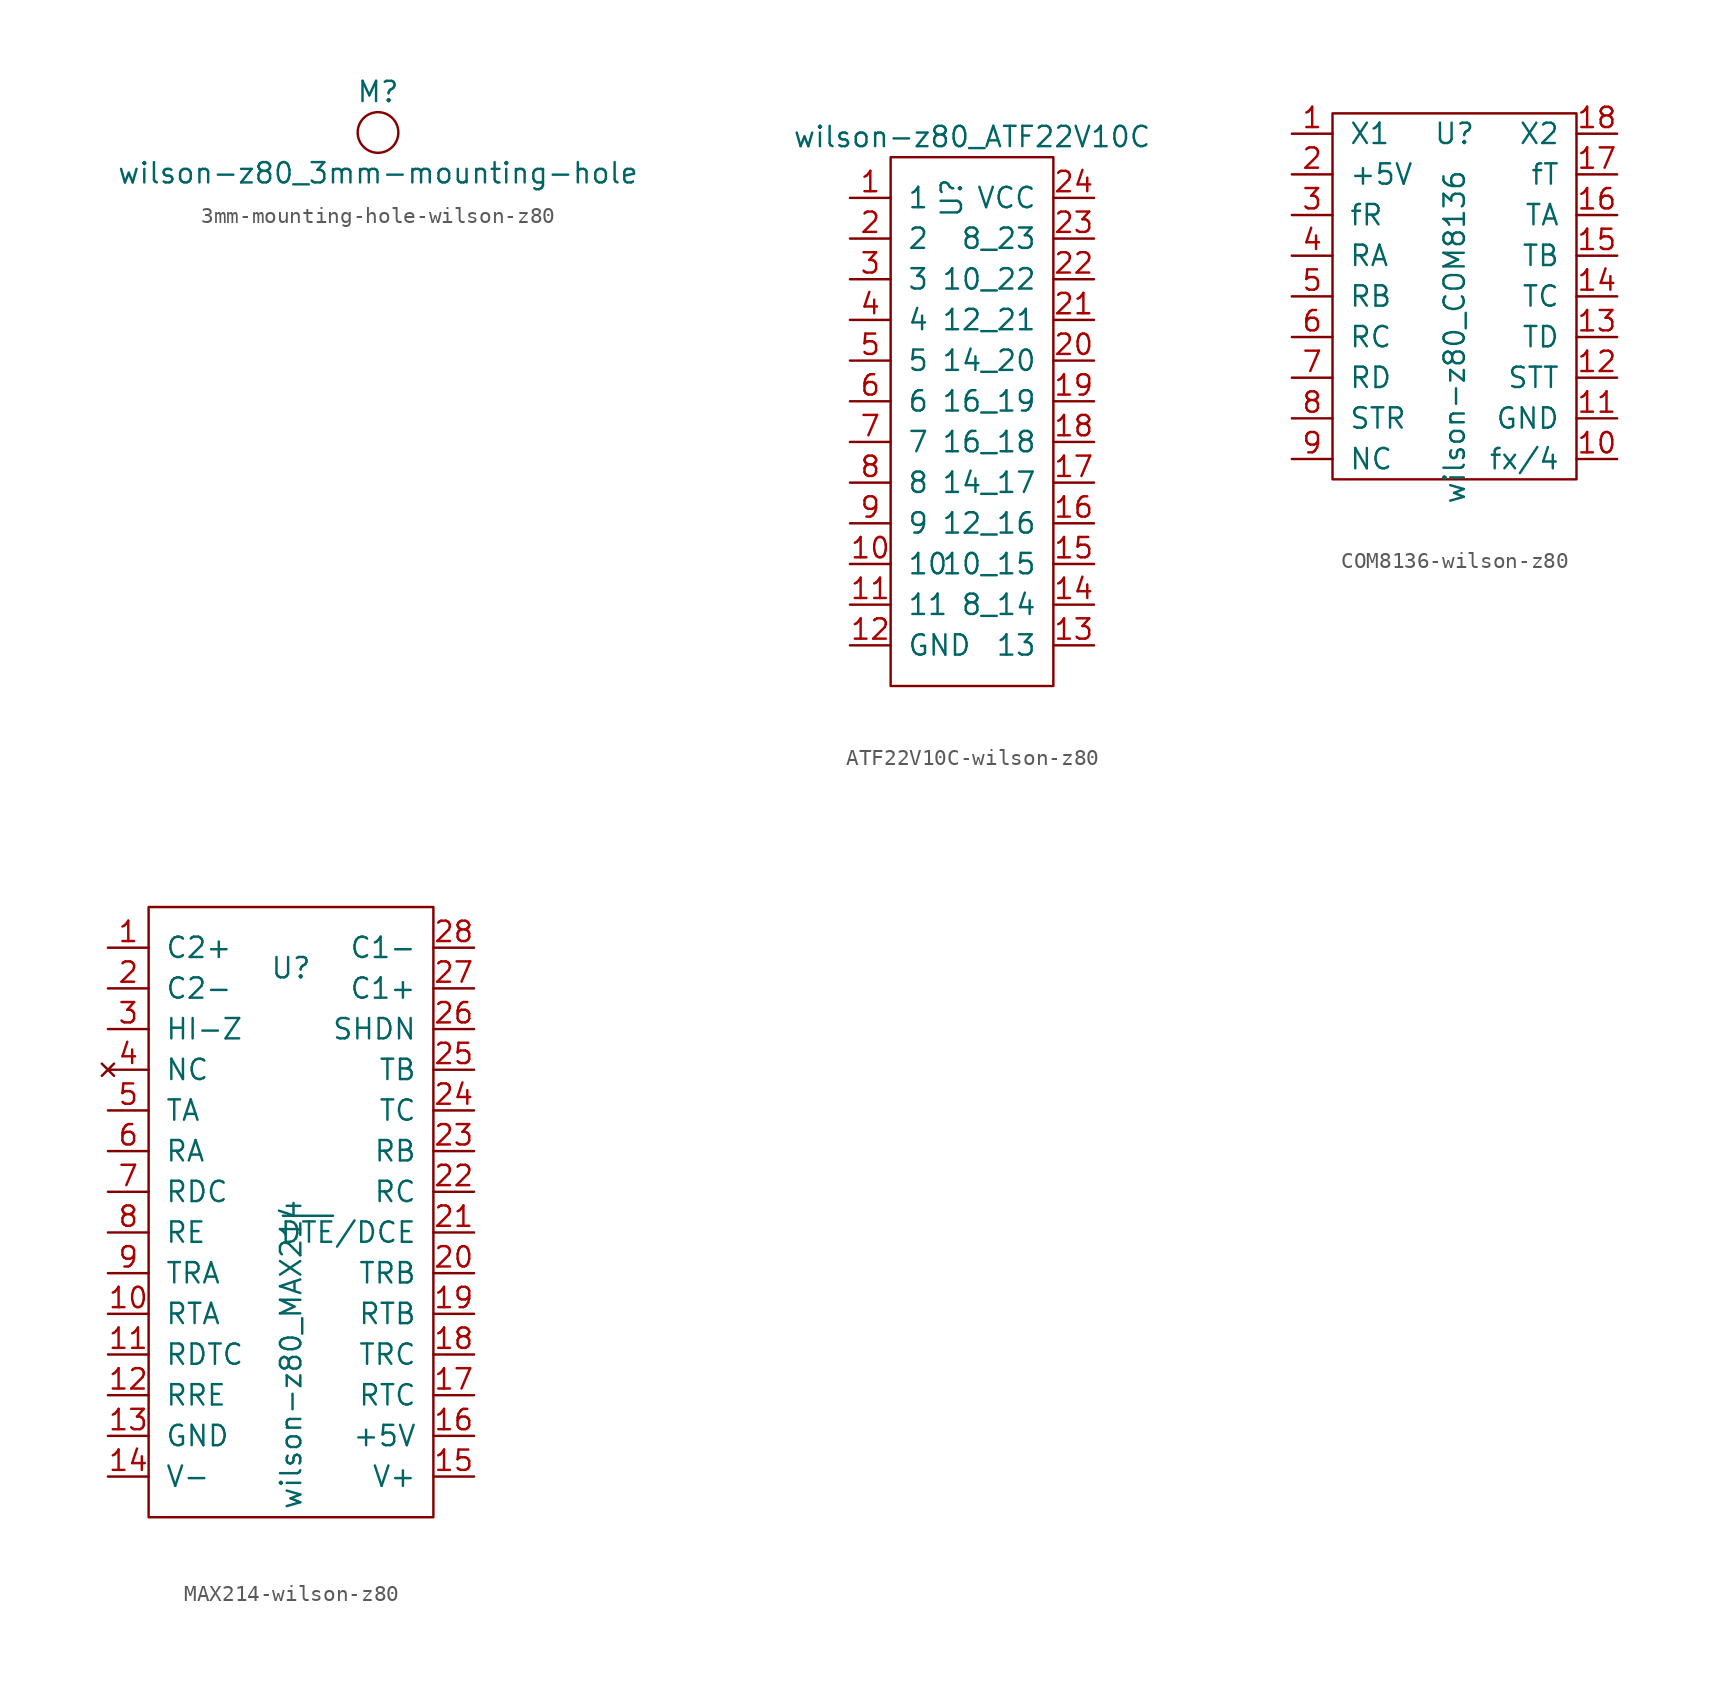
<source format=kicad_sym>
(kicad_symbol_lib
  (version 20220914)
  (generator kicad_symbol_editor)
  (symbol "3mm-mounting-hole-wilson-z80"
    (pin_names
      (offset 1.016))
    (property "Reference" "M"
      (at 0 2.54 0)
      (effects (font (size 1.27 1.27))))
    (property "Value" "wilson-z80_3mm-mounting-hole"
      (at 0 -2.54 0)
      (effects (font (size 1.27 1.27))))
    (symbol "3mm-mounting-hole-wilson-z80_0_1"
      (circle (center 0 0) (radius 1.27) (stroke (width 0) (type solid)) (fill (type none)))))
  (symbol "ATF22V10C-wilson-z80"
    (pin_names
      (offset 1.016))
    (property "Reference" "U"
      (at -1.27 7.62 90)
      (effects (font (size 1.27 1.27))))
    (property "Value" "wilson-z80_ATF22V10C"
      (at 0 11.43 0)
      (effects (font (size 1.27 1.27))))
    (symbol "ATF22V10C-wilson-z80_0_1"
      (rectangle (start -5.08 10.16) (end 5.08 -22.86) (stroke (width 0) (type solid)) (fill (type none))))
    (symbol "ATF22V10C-wilson-z80_1_1"
      (pin input line (at -7.62 7.62 0) (length 2.54) (name "1" (effects (font (size 1.27 1.27)))) (number "1" (effects (font (size 1.27 1.27)))))
      (pin input line (at -7.62 -15.24 0) (length 2.54) (name "10" (effects (font (size 1.27 1.27)))) (number "10" (effects (font (size 1.27 1.27)))))
      (pin input line (at -7.62 -17.78 0) (length 2.54) (name "11" (effects (font (size 1.27 1.27)))) (number "11" (effects (font (size 1.27 1.27)))))
      (pin power_in line (at -7.62 -20.32 0) (length 2.54) (name "GND" (effects (font (size 1.27 1.27)))) (number "12" (effects (font (size 1.27 1.27)))))
      (pin input line (at 7.62 -20.32 180) (length 2.54) (name "13" (effects (font (size 1.27 1.27)))) (number "13" (effects (font (size 1.27 1.27)))))
      (pin bidirectional line (at 7.62 -17.78 180) (length 2.54) (name "8_14" (effects (font (size 1.27 1.27)))) (number "14" (effects (font (size 1.27 1.27)))))
      (pin bidirectional line (at 7.62 -15.24 180) (length 2.54) (name "10_15" (effects (font (size 1.27 1.27)))) (number "15" (effects (font (size 1.27 1.27)))))
      (pin bidirectional line (at 7.62 -12.7 180) (length 2.54) (name "12_16" (effects (font (size 1.27 1.27)))) (number "16" (effects (font (size 1.27 1.27)))))
      (pin bidirectional line (at 7.62 -10.16 180) (length 2.54) (name "14_17" (effects (font (size 1.27 1.27)))) (number "17" (effects (font (size 1.27 1.27)))))
      (pin bidirectional line (at 7.62 -7.62 180) (length 2.54) (name "16_18" (effects (font (size 1.27 1.27)))) (number "18" (effects (font (size 1.27 1.27)))))
      (pin bidirectional line (at 7.62 -5.08 180) (length 2.54) (name "16_19" (effects (font (size 1.27 1.27)))) (number "19" (effects (font (size 1.27 1.27)))))
      (pin input line (at -7.62 5.08 0) (length 2.54) (name "2" (effects (font (size 1.27 1.27)))) (number "2" (effects (font (size 1.27 1.27)))))
      (pin bidirectional line (at 7.62 -2.54 180) (length 2.54) (name "14_20" (effects (font (size 1.27 1.27)))) (number "20" (effects (font (size 1.27 1.27)))))
      (pin bidirectional line (at 7.62 0 180) (length 2.54) (name "12_21" (effects (font (size 1.27 1.27)))) (number "21" (effects (font (size 1.27 1.27)))))
      (pin bidirectional line (at 7.62 2.54 180) (length 2.54) (name "10_22" (effects (font (size 1.27 1.27)))) (number "22" (effects (font (size 1.27 1.27)))))
      (pin bidirectional line (at 7.62 5.08 180) (length 2.54) (name "8_23" (effects (font (size 1.27 1.27)))) (number "23" (effects (font (size 1.27 1.27)))))
      (pin power_in line (at 7.62 7.62 180) (length 2.54) (name "VCC" (effects (font (size 1.27 1.27)))) (number "24" (effects (font (size 1.27 1.27)))))
      (pin input line (at -7.62 2.54 0) (length 2.54) (name "3" (effects (font (size 1.27 1.27)))) (number "3" (effects (font (size 1.27 1.27)))))
      (pin input line (at -7.62 0 0) (length 2.54) (name "4" (effects (font (size 1.27 1.27)))) (number "4" (effects (font (size 1.27 1.27)))))
      (pin input line (at -7.62 -2.54 0) (length 2.54) (name "5" (effects (font (size 1.27 1.27)))) (number "5" (effects (font (size 1.27 1.27)))))
      (pin input line (at -7.62 -5.08 0) (length 2.54) (name "6" (effects (font (size 1.27 1.27)))) (number "6" (effects (font (size 1.27 1.27)))))
      (pin input line (at -7.62 -7.62 0) (length 2.54) (name "7" (effects (font (size 1.27 1.27)))) (number "7" (effects (font (size 1.27 1.27)))))
      (pin input line (at -7.62 -10.16 0) (length 2.54) (name "8" (effects (font (size 1.27 1.27)))) (number "8" (effects (font (size 1.27 1.27)))))
      (pin input line (at -7.62 -12.7 0) (length 2.54) (name "9" (effects (font (size 1.27 1.27)))) (number "9" (effects (font (size 1.27 1.27)))))))
  (symbol "COM8136-wilson-z80"
    (pin_names
      (offset 1.016))
    (property "Reference" "U"
      (at 0 10.16 0)
      (effects (font (size 1.27 1.27))))
    (property "Value" "wilson-z80_COM8136"
      (at 0 -2.54 90)
      (effects (font (size 1.27 1.27))))
    (symbol "COM8136-wilson-z80_0_1"
      (rectangle (start -7.62 11.43) (end 7.62 -11.43) (stroke (width 0) (type solid)) (fill (type none))))
    (symbol "COM8136-wilson-z80_1_1"
      (pin input line (at -10.16 10.16 0) (length 2.54) (name "X1" (effects (font (size 1.27 1.27)))) (number "1" (effects (font (size 1.27 1.27)))))
      (pin output line (at 10.16 -10.16 180) (length 2.54) (name "fx/4" (effects (font (size 1.27 1.27)))) (number "10" (effects (font (size 1.27 1.27)))))
      (pin power_in line (at 10.16 -7.62 180) (length 2.54) (name "GND" (effects (font (size 1.27 1.27)))) (number "11" (effects (font (size 1.27 1.27)))))
      (pin input line (at 10.16 -5.08 180) (length 2.54) (name "STT" (effects (font (size 1.27 1.27)))) (number "12" (effects (font (size 1.27 1.27)))))
      (pin input line (at 10.16 -2.54 180) (length 2.54) (name "TD" (effects (font (size 1.27 1.27)))) (number "13" (effects (font (size 1.27 1.27)))))
      (pin input line (at 10.16 0 180) (length 2.54) (name "TC" (effects (font (size 1.27 1.27)))) (number "14" (effects (font (size 1.27 1.27)))))
      (pin input line (at 10.16 2.54 180) (length 2.54) (name "TB" (effects (font (size 1.27 1.27)))) (number "15" (effects (font (size 1.27 1.27)))))
      (pin input line (at 10.16 5.08 180) (length 2.54) (name "TA" (effects (font (size 1.27 1.27)))) (number "16" (effects (font (size 1.27 1.27)))))
      (pin output line (at 10.16 7.62 180) (length 2.54) (name "fT" (effects (font (size 1.27 1.27)))) (number "17" (effects (font (size 1.27 1.27)))))
      (pin input line (at 10.16 10.16 180) (length 2.54) (name "X2" (effects (font (size 1.27 1.27)))) (number "18" (effects (font (size 1.27 1.27)))))
      (pin power_in line (at -10.16 7.62 0) (length 2.54) (name "+5V" (effects (font (size 1.27 1.27)))) (number "2" (effects (font (size 1.27 1.27)))))
      (pin output line (at -10.16 5.08 0) (length 2.54) (name "fR" (effects (font (size 1.27 1.27)))) (number "3" (effects (font (size 1.27 1.27)))))
      (pin input line (at -10.16 2.54 0) (length 2.54) (name "RA" (effects (font (size 1.27 1.27)))) (number "4" (effects (font (size 1.27 1.27)))))
      (pin input line (at -10.16 0 0) (length 2.54) (name "RB" (effects (font (size 1.27 1.27)))) (number "5" (effects (font (size 1.27 1.27)))))
      (pin input line (at -10.16 -2.54 0) (length 2.54) (name "RC" (effects (font (size 1.27 1.27)))) (number "6" (effects (font (size 1.27 1.27)))))
      (pin input line (at -10.16 -5.08 0) (length 2.54) (name "RD" (effects (font (size 1.27 1.27)))) (number "7" (effects (font (size 1.27 1.27)))))
      (pin input line (at -10.16 -7.62 0) (length 2.54) (name "STR" (effects (font (size 1.27 1.27)))) (number "8" (effects (font (size 1.27 1.27)))))
      (pin input line (at -10.16 -10.16 0) (length 2.54) (name "NC" (effects (font (size 1.27 1.27)))) (number "9" (effects (font (size 1.27 1.27)))))))
  (symbol "MAX214-wilson-z80"
    (pin_names
      (offset 1.016))
    (property "Reference" "U"
      (at 0 15.24 0)
      (effects (font (size 1.27 1.27))))
    (property "Value" "wilson-z80_MAX214"
      (at 0 -8.89 90)
      (effects (font (size 1.27 1.27))))
    (symbol "MAX214-wilson-z80_0_1"
      (rectangle (start -8.89 19.05) (end 8.89 -19.05) (stroke (width 0) (type solid)) (fill (type none))))
    (symbol "MAX214-wilson-z80_1_1"
      (pin passive line (at -11.43 16.51 0) (length 2.54) (name "C2+" (effects (font (size 1.27 1.27)))) (number "1" (effects (font (size 1.27 1.27)))))
      (pin input line (at -11.43 -6.35 0) (length 2.54) (name "RTA" (effects (font (size 1.27 1.27)))) (number "10" (effects (font (size 1.27 1.27)))))
      (pin input line (at -11.43 -8.89 0) (length 2.54) (name "RDTC" (effects (font (size 1.27 1.27)))) (number "11" (effects (font (size 1.27 1.27)))))
      (pin input line (at -11.43 -11.43 0) (length 2.54) (name "RRE" (effects (font (size 1.27 1.27)))) (number "12" (effects (font (size 1.27 1.27)))))
      (pin power_in line (at -11.43 -13.97 0) (length 2.54) (name "GND" (effects (font (size 1.27 1.27)))) (number "13" (effects (font (size 1.27 1.27)))))
      (pin passive line (at -11.43 -16.51 0) (length 2.54) (name "V-" (effects (font (size 1.27 1.27)))) (number "14" (effects (font (size 1.27 1.27)))))
      (pin passive line (at 11.43 -16.51 180) (length 2.54) (name "V+" (effects (font (size 1.27 1.27)))) (number "15" (effects (font (size 1.27 1.27)))))
      (pin passive line (at 11.43 -13.97 180) (length 2.54) (name "+5V" (effects (font (size 1.27 1.27)))) (number "16" (effects (font (size 1.27 1.27)))))
      (pin input line (at 11.43 -11.43 180) (length 2.54) (name "RTC" (effects (font (size 1.27 1.27)))) (number "17" (effects (font (size 1.27 1.27)))))
      (pin output line (at 11.43 -8.89 180) (length 2.54) (name "TRC" (effects (font (size 1.27 1.27)))) (number "18" (effects (font (size 1.27 1.27)))))
      (pin input line (at 11.43 -6.35 180) (length 2.54) (name "RTB" (effects (font (size 1.27 1.27)))) (number "19" (effects (font (size 1.27 1.27)))))
      (pin passive line (at -11.43 13.97 0) (length 2.54) (name "C2-" (effects (font (size 1.27 1.27)))) (number "2" (effects (font (size 1.27 1.27)))))
      (pin output line (at 11.43 -3.81 180) (length 2.54) (name "TRB" (effects (font (size 1.27 1.27)))) (number "20" (effects (font (size 1.27 1.27)))))
      (pin input line (at 11.43 -1.27 180) (length 2.54) (name "~{DTE}/DCE" (effects (font (size 1.27 1.27)))) (number "21" (effects (font (size 1.27 1.27)))))
      (pin output line (at 11.43 1.27 180) (length 2.54) (name "RC" (effects (font (size 1.27 1.27)))) (number "22" (effects (font (size 1.27 1.27)))))
      (pin output line (at 11.43 3.81 180) (length 2.54) (name "RB" (effects (font (size 1.27 1.27)))) (number "23" (effects (font (size 1.27 1.27)))))
      (pin input line (at 11.43 6.35 180) (length 2.54) (name "TC" (effects (font (size 1.27 1.27)))) (number "24" (effects (font (size 1.27 1.27)))))
      (pin input line (at 11.43 8.89 180) (length 2.54) (name "TB" (effects (font (size 1.27 1.27)))) (number "25" (effects (font (size 1.27 1.27)))))
      (pin input line (at 11.43 11.43 180) (length 2.54) (name "SHDN" (effects (font (size 1.27 1.27)))) (number "26" (effects (font (size 1.27 1.27)))))
      (pin passive line (at 11.43 13.97 180) (length 2.54) (name "C1+" (effects (font (size 1.27 1.27)))) (number "27" (effects (font (size 1.27 1.27)))))
      (pin passive line (at 11.43 16.51 180) (length 2.54) (name "C1-" (effects (font (size 1.27 1.27)))) (number "28" (effects (font (size 1.27 1.27)))))
      (pin input line (at -11.43 11.43 0) (length 2.54) (name "HI-Z" (effects (font (size 1.27 1.27)))) (number "3" (effects (font (size 1.27 1.27)))))
      (pin no_connect line (at -11.43 8.89 0) (length 2.54) (name "NC" (effects (font (size 1.27 1.27)))) (number "4" (effects (font (size 1.27 1.27)))))
      (pin input line (at -11.43 6.35 0) (length 2.54) (name "TA" (effects (font (size 1.27 1.27)))) (number "5" (effects (font (size 1.27 1.27)))))
      (pin output line (at -11.43 3.81 0) (length 2.54) (name "RA" (effects (font (size 1.27 1.27)))) (number "6" (effects (font (size 1.27 1.27)))))
      (pin output line (at -11.43 1.27 0) (length 2.54) (name "RDC" (effects (font (size 1.27 1.27)))) (number "7" (effects (font (size 1.27 1.27)))))
      (pin output line (at -11.43 -1.27 0) (length 2.54) (name "RE" (effects (font (size 1.27 1.27)))) (number "8" (effects (font (size 1.27 1.27)))))
      (pin output line (at -11.43 -3.81 0) (length 2.54) (name "TRA" (effects (font (size 1.27 1.27)))) (number "9" (effects (font (size 1.27 1.27))))))))
</source>
